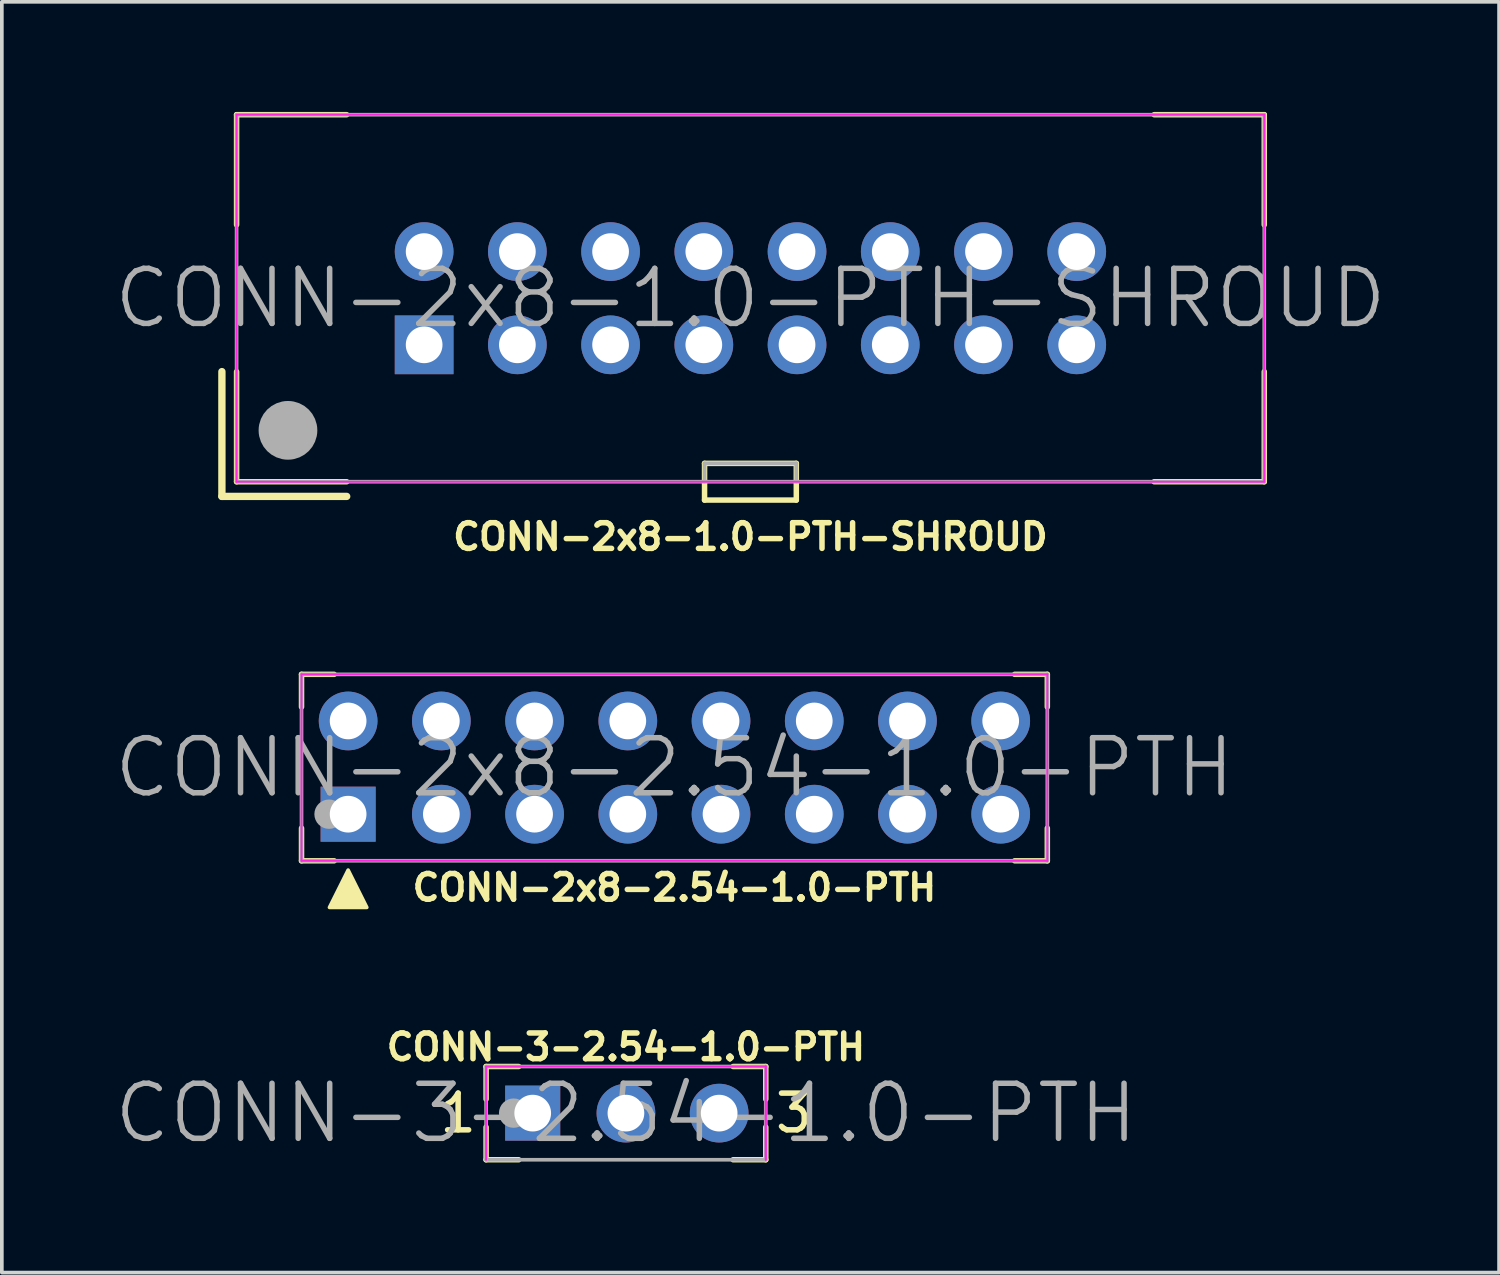
<source format=kicad_pcb>
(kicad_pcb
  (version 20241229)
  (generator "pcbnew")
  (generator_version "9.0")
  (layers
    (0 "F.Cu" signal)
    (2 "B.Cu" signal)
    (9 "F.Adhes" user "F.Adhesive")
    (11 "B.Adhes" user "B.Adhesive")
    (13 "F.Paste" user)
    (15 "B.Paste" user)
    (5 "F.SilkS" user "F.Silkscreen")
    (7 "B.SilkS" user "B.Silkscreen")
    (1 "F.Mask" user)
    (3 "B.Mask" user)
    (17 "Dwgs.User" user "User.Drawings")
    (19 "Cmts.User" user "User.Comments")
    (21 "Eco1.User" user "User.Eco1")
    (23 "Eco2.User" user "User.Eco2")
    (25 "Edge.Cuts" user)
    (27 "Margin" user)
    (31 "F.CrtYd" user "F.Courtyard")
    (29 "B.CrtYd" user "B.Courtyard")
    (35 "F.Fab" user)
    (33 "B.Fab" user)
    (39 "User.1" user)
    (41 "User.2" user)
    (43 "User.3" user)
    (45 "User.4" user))
  (footprint "CONN-2x8-2.54-1.0-PTH"
    (layer "F.Cu")
    (at 15.325 17.863)
    (property "Reference" "CONN-2x8-2.54-1.0-PTH" (at 0 3.27 0) (layer "F.SilkS") (effects (font (size 0.7 0.7) (thickness 0.15))))
    (attr through_hole)
    (fp_line (start -10.16 -2.54) (end -9.271 -2.54) (stroke (width 0.15) (type solid)) (layer "F.SilkS"))
    (fp_line (start -10.16 -1.651) (end -10.16 -2.54) (stroke (width 0.15) (type solid)) (layer "F.SilkS"))
    (fp_line (start -10.16 2.54) (end -10.16 1.651) (stroke (width 0.15) (type solid)) (layer "F.SilkS"))
    (fp_line (start -9.271 2.54) (end -10.16 2.54) (stroke (width 0.15) (type solid)) (layer "F.SilkS"))
    (fp_line (start 10.16 -2.54) (end 9.271 -2.54) (stroke (width 0.15) (type solid)) (layer "F.SilkS"))
    (fp_line (start 10.16 -1.651) (end 10.16 -2.54) (stroke (width 0.15) (type solid)) (layer "F.SilkS"))
    (fp_line (start 10.16 1.651) (end 10.16 2.54) (stroke (width 0.15) (type solid)) (layer "F.SilkS"))
    (fp_line (start 10.16 2.54) (end 9.271 2.54) (stroke (width 0.15) (type solid)) (layer "F.SilkS"))
    (fp_poly (pts (xy -8.89 2.794) (xy -9.398 3.81) (xy -8.382 3.81)) (stroke (width 0.1) (type solid)) (fill yes) (layer "F.SilkS"))
    (fp_line (start -10.16 -2.54) (end 10.16 -2.54) (stroke (width 0.05) (type solid)) (layer "F.CrtYd"))
    (fp_line (start -10.16 2.54) (end -10.16 -2.54) (stroke (width 0.05) (type solid)) (layer "F.CrtYd"))
    (fp_line (start 10.16 -2.54) (end 10.16 2.54) (stroke (width 0.05) (type solid)) (layer "F.CrtYd"))
    (fp_line (start 10.16 2.54) (end -10.16 2.54) (stroke (width 0.05) (type solid)) (layer "F.CrtYd"))
    (fp_line (start -10.16 -2.54) (end 10.16 -2.54) (stroke (width 0.1) (type solid)) (layer "F.Fab"))
    (fp_line (start -10.16 2.54) (end -10.16 -2.54) (stroke (width 0.1) (type solid)) (layer "F.Fab"))
    (fp_line (start 10.16 -2.54) (end 10.16 2.54) (stroke (width 0.1) (type solid)) (layer "F.Fab"))
    (fp_line (start 10.16 2.54) (end -10.16 2.54) (stroke (width 0.1) (type solid)) (layer "F.Fab"))
    (fp_circle (center -9.41 1.27) (end -9.21 1.27) (stroke (width 0.4) (type solid)) (fill no) (layer "F.Fab"))
    (fp_text user "${REFERENCE}" (at 0 0 0) (layer "F.Fab") (effects (font (size 1.5 1.5) (thickness 0.15))))
    (pad "1" thru_hole rect (at -8.89 1.27) (size 1.5 1.5) (drill 1) (layers "*.Cu" "*.Mask"))
    (pad "2" thru_hole circle (at -8.89 -1.27) (size 1.6 1.6) (drill 1) (layers "*.Cu" "*.Mask"))
    (pad "3" thru_hole circle (at -6.35 1.27) (size 1.6 1.6) (drill 1) (layers "*.Cu" "*.Mask"))
    (pad "4" thru_hole circle (at -6.35 -1.27) (size 1.6 1.6) (drill 1) (layers "*.Cu" "*.Mask"))
    (pad "5" thru_hole circle (at -3.81 1.27) (size 1.6 1.6) (drill 1) (layers "*.Cu" "*.Mask"))
    (pad "6" thru_hole circle (at -3.81 -1.27) (size 1.6 1.6) (drill 1) (layers "*.Cu" "*.Mask"))
    (pad "7" thru_hole circle (at -1.27 1.27) (size 1.6 1.6) (drill 1) (layers "*.Cu" "*.Mask"))
    (pad "8" thru_hole circle (at -1.27 -1.27) (size 1.6 1.6) (drill 1) (layers "*.Cu" "*.Mask"))
    (pad "9" thru_hole circle (at 1.27 1.27) (size 1.6 1.6) (drill 1) (layers "*.Cu" "*.Mask"))
    (pad "10" thru_hole circle (at 1.27 -1.27) (size 1.6 1.6) (drill 1) (layers "*.Cu" "*.Mask"))
    (pad "11" thru_hole circle (at 3.81 1.27) (size 1.6 1.6) (drill 1) (layers "*.Cu" "*.Mask"))
    (pad "12" thru_hole circle (at 3.81 -1.27) (size 1.6 1.6) (drill 1) (layers "*.Cu" "*.Mask"))
    (pad "13" thru_hole circle (at 6.35 1.27) (size 1.6 1.6) (drill 1) (layers "*.Cu" "*.Mask"))
    (pad "14" thru_hole circle (at 6.35 -1.27) (size 1.6 1.6) (drill 1) (layers "*.Cu" "*.Mask"))
    (pad "15" thru_hole circle (at 8.89 1.27) (size 1.6 1.6) (drill 1) (layers "*.Cu" "*.Mask"))
    (pad "16" thru_hole circle (at 8.89 -1.27) (size 1.6 1.6) (drill 1) (layers "*.Cu" "*.Mask")))
  (footprint "CONN-2x8-1.0-PTH-SHROUD"
    (layer "F.Cu")
    (at 17.396 5.075)
    (property "Reference" "CONN-2x8-1.0-PTH-SHROUD" (at 0 6.5 0) (layer "F.SilkS") (effects (font (size 0.7 0.7) (thickness 0.15))))
    (attr through_hole)
    (fp_line (start -14.4 5.4) (end -14.4 2) (stroke (width 0.2) (type solid)) (layer "F.SilkS"))
    (fp_line (start -14 -5) (end -11 -5) (stroke (width 0.15) (type solid)) (layer "F.SilkS"))
    (fp_line (start -14 -2) (end -14 -5) (stroke (width 0.15) (type solid)) (layer "F.SilkS"))
    (fp_line (start -14 2) (end -14 5) (stroke (width 0.15) (type solid)) (layer "F.SilkS"))
    (fp_line (start -14 5) (end -11 5) (stroke (width 0.15) (type solid)) (layer "F.SilkS"))
    (fp_line (start -11 5.4) (end -14.4 5.4) (stroke (width 0.2) (type solid)) (layer "F.SilkS"))
    (fp_line (start -1.25 4.5) (end 1.25 4.5) (stroke (width 0.15) (type solid)) (layer "F.SilkS"))
    (fp_line (start -1.25 5.5) (end -1.25 4.5) (stroke (width 0.15) (type solid)) (layer "F.SilkS"))
    (fp_line (start 1.25 4.5) (end 1.25 5.5) (stroke (width 0.15) (type solid)) (layer "F.SilkS"))
    (fp_line (start 1.25 5.5) (end -1.25 5.5) (stroke (width 0.15) (type solid)) (layer "F.SilkS"))
    (fp_line (start 11 5) (end 14 5) (stroke (width 0.15) (type solid)) (layer "F.SilkS"))
    (fp_line (start 14 -5) (end 11 -5) (stroke (width 0.15) (type solid)) (layer "F.SilkS"))
    (fp_line (start 14 -2) (end 14 -5) (stroke (width 0.15) (type solid)) (layer "F.SilkS"))
    (fp_line (start 14 5) (end 14 2) (stroke (width 0.15) (type solid)) (layer "F.SilkS"))
    (fp_line (start -14 -5) (end 14 -5) (stroke (width 0.05) (type solid)) (layer "F.CrtYd"))
    (fp_line (start -14 5) (end -14 -5) (stroke (width 0.05) (type solid)) (layer "F.CrtYd"))
    (fp_line (start -14 5) (end 14 5) (stroke (width 0.05) (type solid)) (layer "F.CrtYd"))
    (fp_line (start 14 -5) (end 14 5) (stroke (width 0.05) (type solid)) (layer "F.CrtYd"))
    (fp_line (start -14 -5) (end 14 -5) (stroke (width 0.1) (type solid)) (layer "F.Fab"))
    (fp_line (start -14 5) (end -14 -5) (stroke (width 0.1) (type solid)) (layer "F.Fab"))
    (fp_line (start -14 5) (end 14 5) (stroke (width 0.1) (type solid)) (layer "F.Fab"))
    (fp_line (start -1.25 4.5) (end 1.25 4.5) (stroke (width 0.1) (type solid)) (layer "F.Fab"))
    (fp_line (start -1.25 5) (end -1.25 4.5) (stroke (width 0.1) (type solid)) (layer "F.Fab"))
    (fp_line (start 1.25 4.5) (end 1.25 5) (stroke (width 0.1) (type solid)) (layer "F.Fab"))
    (fp_line (start 14 -5) (end 14 5) (stroke (width 0.1) (type solid)) (layer "F.Fab"))
    (fp_circle (center -12.6 3.6) (end -12.2 3.6) (stroke (width 0.8) (type solid)) (fill no) (layer "F.Fab"))
    (fp_text user "${REFERENCE}" (at 0 0 0) (layer "F.Fab") (effects (font (size 1.5 1.5) (thickness 0.15))))
    (pad "1" thru_hole rect (at -8.89 1.27) (size 1.6 1.6) (drill 1) (layers "*.Cu" "*.Mask"))
    (pad "2" thru_hole circle (at -8.89 -1.27) (size 1.6 1.6) (drill 1) (layers "*.Cu" "*.Mask"))
    (pad "3" thru_hole circle (at -6.35 1.27) (size 1.6 1.6) (drill 1) (layers "*.Cu" "*.Mask"))
    (pad "4" thru_hole circle (at -6.35 -1.27) (size 1.6 1.6) (drill 1) (layers "*.Cu" "*.Mask"))
    (pad "5" thru_hole circle (at -3.81 1.27) (size 1.6 1.6) (drill 1) (layers "*.Cu" "*.Mask"))
    (pad "6" thru_hole circle (at -3.81 -1.27) (size 1.6 1.6) (drill 1) (layers "*.Cu" "*.Mask"))
    (pad "7" thru_hole circle (at -1.27 1.27) (size 1.6 1.6) (drill 1) (layers "*.Cu" "*.Mask"))
    (pad "8" thru_hole circle (at -1.27 -1.27) (size 1.6 1.6) (drill 1) (layers "*.Cu" "*.Mask"))
    (pad "9" thru_hole circle (at 1.27 1.27) (size 1.6 1.6) (drill 1) (layers "*.Cu" "*.Mask"))
    (pad "10" thru_hole circle (at 1.27 -1.27) (size 1.6 1.6) (drill 1) (layers "*.Cu" "*.Mask"))
    (pad "11" thru_hole circle (at 3.81 1.27) (size 1.6 1.6) (drill 1) (layers "*.Cu" "*.Mask"))
    (pad "12" thru_hole circle (at 3.81 -1.27) (size 1.6 1.6) (drill 1) (layers "*.Cu" "*.Mask"))
    (pad "13" thru_hole circle (at 6.35 1.27) (size 1.6 1.6) (drill 1) (layers "*.Cu" "*.Mask"))
    (pad "14" thru_hole circle (at 6.35 -1.27) (size 1.6 1.6) (drill 1) (layers "*.Cu" "*.Mask"))
    (pad "15" thru_hole circle (at 8.89 1.27) (size 1.6 1.6) (drill 1) (layers "*.Cu" "*.Mask"))
    (pad "16" thru_hole circle (at 8.89 -1.27) (size 1.6 1.6) (drill 1) (layers "*.Cu" "*.Mask")))
  (footprint "CONN-3-2.54-1.0-PTH"
    (layer "F.Cu")
    (at 14.004 27.278)
    (property "Reference" "CONN-3-2.54-1.0-PTH" (at 0 -1.8 0) (layer "F.SilkS") (effects (font (size 0.7 0.7) (thickness 0.15))))
    (attr through_hole)
    (fp_line (start -3.81 -1.27) (end -2.921 -1.27) (stroke (width 0.15) (type solid)) (layer "F.SilkS"))
    (fp_line (start -3.81 -0.381) (end -3.81 -1.27) (stroke (width 0.15) (type solid)) (layer "F.SilkS"))
    (fp_line (start -3.81 1.27) (end -3.81 0.381) (stroke (width 0.15) (type solid)) (layer "F.SilkS"))
    (fp_line (start -2.921 1.27) (end -3.81 1.27) (stroke (width 0.15) (type solid)) (layer "F.SilkS"))
    (fp_line (start 3.81 -1.27) (end 2.921 -1.27) (stroke (width 0.15) (type solid)) (layer "F.SilkS"))
    (fp_line (start 3.81 -0.381) (end 3.81 -1.27) (stroke (width 0.15) (type solid)) (layer "F.SilkS"))
    (fp_line (start 3.81 0.381) (end 3.81 1.27) (stroke (width 0.15) (type solid)) (layer "F.SilkS"))
    (fp_line (start 3.81 1.27) (end 2.921 1.27) (stroke (width 0.15) (type solid)) (layer "F.SilkS"))
    (fp_line (start -3.81 -1.27) (end 3.81 -1.27) (stroke (width 0.05) (type solid)) (layer "F.CrtYd"))
    (fp_line (start -3.81 1.27) (end -3.81 -1.27) (stroke (width 0.05) (type solid)) (layer "F.CrtYd"))
    (fp_line (start 3.81 -1.27) (end 3.81 1.27) (stroke (width 0.05) (type solid)) (layer "F.CrtYd"))
    (fp_line (start 3.81 1.27) (end 3.81 -1.27) (stroke (width 0.05) (type solid)) (layer "F.CrtYd"))
    (fp_line (start -3.81 -1.27) (end 3.81 -1.27) (stroke (width 0.1) (type solid)) (layer "F.Fab"))
    (fp_line (start -3.81 1.27) (end -3.81 -1.27) (stroke (width 0.1) (type solid)) (layer "F.Fab"))
    (fp_line (start 3.81 -1.27) (end 3.81 1.27) (stroke (width 0.1) (type solid)) (layer "F.Fab"))
    (fp_line (start 3.81 1.27) (end -3.81 1.27) (stroke (width 0.1) (type solid)) (layer "F.Fab"))
    (fp_circle (center -3.06 0) (end -2.86 0) (stroke (width 0.4) (type solid)) (fill no) (layer "F.Fab"))
    (fp_text user "1" (at -4.572 0 0) (layer "F.SilkS") (effects (font (size 1 1) (thickness 0.15))))
    (fp_text user "3" (at 4.572 0 0) (layer "F.SilkS") (effects (font (size 1 1) (thickness 0.15))))
    (fp_text user "${REFERENCE}" (at 0 0 0) (layer "F.Fab") (effects (font (size 1.5 1.5) (thickness 0.15))))
    (pad "1" thru_hole rect (at -2.54 0) (size 1.5 1.5) (drill 1) (layers "*.Cu" "*.Mask"))
    (pad "2" thru_hole circle (at 0 0) (size 1.6 1.6) (drill 1) (layers "*.Cu" "*.Mask"))
    (pad "3" thru_hole circle (at 2.54 0) (size 1.6 1.6) (drill 1) (layers "*.Cu" "*.Mask")))
  (gr_rect
    (start -3 -3)
    (end 37.793 31.623)
    (stroke (width 0.1) (type default))
    (fill no)
    (layer "Edge.Cuts")))
</source>
